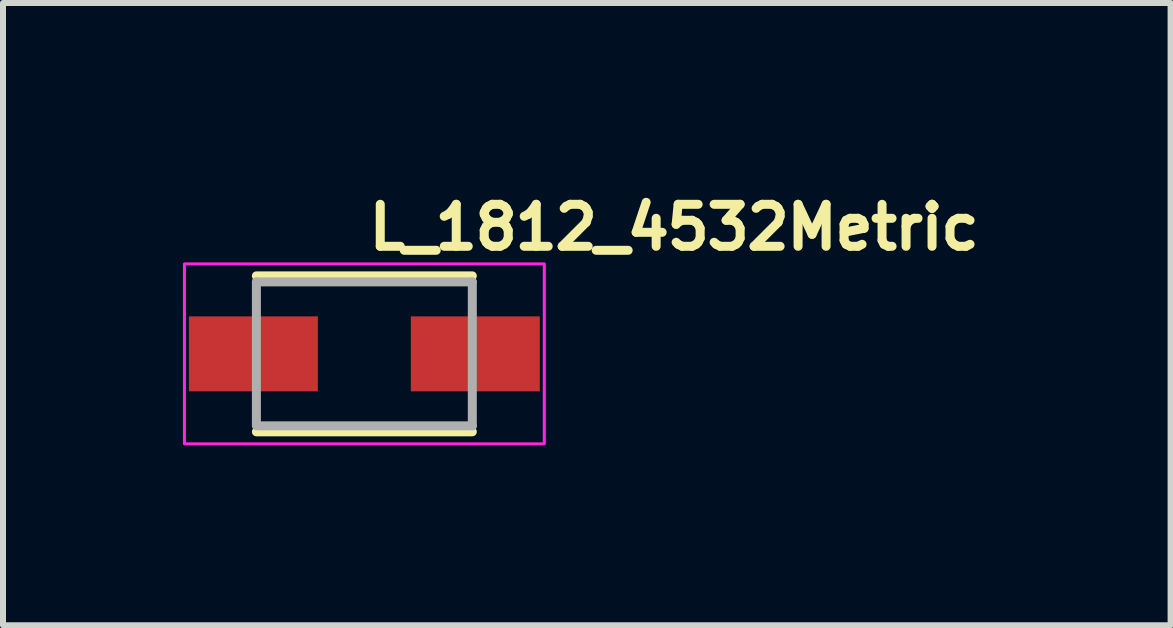
<source format=kicad_pcb>
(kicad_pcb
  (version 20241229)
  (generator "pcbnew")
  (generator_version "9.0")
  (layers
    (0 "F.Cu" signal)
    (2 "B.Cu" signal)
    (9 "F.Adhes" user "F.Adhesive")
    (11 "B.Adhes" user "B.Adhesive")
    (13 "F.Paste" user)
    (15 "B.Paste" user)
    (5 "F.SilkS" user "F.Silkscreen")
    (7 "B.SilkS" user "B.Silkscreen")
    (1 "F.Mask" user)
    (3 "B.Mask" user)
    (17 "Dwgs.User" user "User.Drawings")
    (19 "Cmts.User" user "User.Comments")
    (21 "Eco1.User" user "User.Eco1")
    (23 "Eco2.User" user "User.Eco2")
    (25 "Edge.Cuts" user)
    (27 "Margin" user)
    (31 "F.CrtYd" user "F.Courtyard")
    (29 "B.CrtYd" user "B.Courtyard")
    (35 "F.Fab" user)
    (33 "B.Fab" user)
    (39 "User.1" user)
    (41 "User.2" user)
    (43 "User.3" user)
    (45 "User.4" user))
  (footprint "L_1812_4532Metric"
    (layer "F.Cu")
    (at 3.025 2.85)
    (property "Reference" "L_1812_4532Metric" (at 0 -1.7 0) (layer "F.SilkS") (effects (font (size 0.7 0.7) (thickness 0.15)) (justify left bottom)))
    (attr smd)
    (fp_line (start -1.8 1.3) (end 1.8 1.3) (stroke (width 0.15) (type solid)) (layer "F.SilkS"))
    (fp_line (start 1.8 -1.3) (end -1.8 -1.3) (stroke (width 0.15) (type solid)) (layer "F.SilkS"))
    (fp_rect (start -3 -1.5) (end 3 1.5) (stroke (width 0.05) (type solid)) (fill no) (layer "F.CrtYd"))
    (fp_line (start -1.8 -1.2) (end 1.8 -1.2) (stroke (width 0.15) (type solid)) (layer "F.Fab"))
    (fp_line (start -1.8 1.2) (end -1.8 -1.2) (stroke (width 0.15) (type solid)) (layer "F.Fab"))
    (fp_line (start 1.8 -1.2) (end 1.8 1.2) (stroke (width 0.15) (type solid)) (layer "F.Fab"))
    (fp_line (start 1.8 1.2) (end -1.75 1.2) (stroke (width 0.15) (type solid)) (layer "F.Fab"))
    (fp_rect (start -1.796 -1.25) (end 1.796 1.25) (stroke (width 0.1) (type solid)) (fill no) (layer "User.5"))
    (fp_line (start -1.796 -0.402) (end -1.796 -0.401) (stroke (width 0.02) (type solid)) (layer "User.9"))
    (fp_line (start -1.796 -0.402) (end -1.757 -0.6) (stroke (width 0.02) (type solid)) (layer "User.9"))
    (fp_line (start -1.796 -0.401) (end -1.796 -0.4) (stroke (width 0.02) (type solid)) (layer "User.9"))
    (fp_line (start -1.796 -0.401) (end -1.796 0.401) (stroke (width 0.02) (type solid)) (layer "User.9"))
    (fp_line (start -1.796 -0.4) (end -1.796 -0.399) (stroke (width 0.02) (type solid)) (layer "User.9"))
    (fp_line (start -1.796 -0.399) (end -1.795 -0.399) (stroke (width 0.02) (type solid)) (layer "User.9"))
    (fp_line (start -1.796 0.399) (end -1.795 0.399) (stroke (width 0.02) (type solid)) (layer "User.9"))
    (fp_line (start -1.796 0.4) (end -1.796 0.399) (stroke (width 0.02) (type solid)) (layer "User.9"))
    (fp_line (start -1.796 0.401) (end -1.796 0.4) (stroke (width 0.02) (type solid)) (layer "User.9"))
    (fp_line (start -1.796 0.402) (end -1.796 0.401) (stroke (width 0.02) (type solid)) (layer "User.9"))
    (fp_line (start -1.795 -0.399) (end -1.794 -0.398) (stroke (width 0.02) (type solid)) (layer "User.9"))
    (fp_line (start -1.795 0.399) (end -1.794 0.398) (stroke (width 0.02) (type solid)) (layer "User.9"))
    (fp_line (start -1.794 -0.398) (end -1.793 -0.397) (stroke (width 0.02) (type solid)) (layer "User.9"))
    (fp_line (start -1.794 0.398) (end -1.793 0.397) (stroke (width 0.02) (type solid)) (layer "User.9"))
    (fp_line (start -1.793 -0.397) (end -1.792 -0.396) (stroke (width 0.02) (type solid)) (layer "User.9"))
    (fp_line (start -1.793 0.397) (end -1.792 0.396) (stroke (width 0.02) (type solid)) (layer "User.9"))
    (fp_line (start -1.792 -0.396) (end -1.791 -0.395) (stroke (width 0.02) (type solid)) (layer "User.9"))
    (fp_line (start -1.792 0.396) (end -1.791 0.395) (stroke (width 0.02) (type solid)) (layer "User.9"))
    (fp_line (start -1.791 -0.395) (end -1.789 -0.394) (stroke (width 0.02) (type solid)) (layer "User.9"))
    (fp_line (start -1.791 0.395) (end -1.789 0.394) (stroke (width 0.02) (type solid)) (layer "User.9"))
    (fp_line (start -1.789 -0.394) (end -1.787 -0.393) (stroke (width 0.02) (type solid)) (layer "User.9"))
    (fp_line (start -1.789 0.394) (end -1.787 0.393) (stroke (width 0.02) (type solid)) (layer "User.9"))
    (fp_line (start -1.787 -0.393) (end -1.785 -0.392) (stroke (width 0.02) (type solid)) (layer "User.9"))
    (fp_line (start -1.787 0.393) (end -1.785 0.392) (stroke (width 0.02) (type solid)) (layer "User.9"))
    (fp_line (start -1.785 -0.392) (end -1.78 -0.391) (stroke (width 0.02) (type solid)) (layer "User.9"))
    (fp_line (start -1.785 0.392) (end -1.78 0.391) (stroke (width 0.02) (type solid)) (layer "User.9"))
    (fp_line (start -1.78 -0.391) (end -1.775 -0.389) (stroke (width 0.02) (type solid)) (layer "User.9"))
    (fp_line (start -1.78 0.391) (end -1.775 0.389) (stroke (width 0.02) (type solid)) (layer "User.9"))
    (fp_line (start -1.775 -0.389) (end -1.769 -0.388) (stroke (width 0.02) (type solid)) (layer "User.9"))
    (fp_line (start -1.775 0.389) (end -1.769 0.388) (stroke (width 0.02) (type solid)) (layer "User.9"))
    (fp_line (start -1.769 -0.388) (end -1.762 -0.387) (stroke (width 0.02) (type solid)) (layer "User.9"))
    (fp_line (start -1.769 0.388) (end -1.762 0.387) (stroke (width 0.02) (type solid)) (layer "User.9"))
    (fp_line (start -1.762 -0.387) (end -1.755 -0.386) (stroke (width 0.02) (type solid)) (layer "User.9"))
    (fp_line (start -1.762 0.387) (end -1.755 0.386) (stroke (width 0.02) (type solid)) (layer "User.9"))
    (fp_line (start -1.757 -0.6) (end -1.6 -0.6) (stroke (width 0.02) (type solid)) (layer "User.9"))
    (fp_line (start -1.757 -0.598) (end -1.757 -0.6) (stroke (width 0.02) (type solid)) (layer "User.9"))
    (fp_line (start -1.757 -0.598) (end -1.6 -0.6) (stroke (width 0.02) (type solid)) (layer "User.9"))
    (fp_line (start -1.757 0.6) (end -1.796 0.402) (stroke (width 0.02) (type solid)) (layer "User.9"))
    (fp_line (start -1.757 0.6) (end -1.757 0.598) (stroke (width 0.02) (type solid)) (layer "User.9"))
    (fp_line (start -1.755 -0.386) (end -1.747 -0.385) (stroke (width 0.02) (type solid)) (layer "User.9"))
    (fp_line (start -1.755 0.386) (end -1.747 0.385) (stroke (width 0.02) (type solid)) (layer "User.9"))
    (fp_line (start -1.747 -0.385) (end -1.738 -0.384) (stroke (width 0.02) (type solid)) (layer "User.9"))
    (fp_line (start -1.747 0.385) (end -1.738 0.384) (stroke (width 0.02) (type solid)) (layer "User.9"))
    (fp_line (start -1.738 -0.384) (end -1.729 -0.383) (stroke (width 0.02) (type solid)) (layer "User.9"))
    (fp_line (start -1.738 0.384) (end -1.729 0.383) (stroke (width 0.02) (type solid)) (layer "User.9"))
    (fp_line (start -1.729 -0.383) (end -1.72 -0.383) (stroke (width 0.02) (type solid)) (layer "User.9"))
    (fp_line (start -1.729 0.383) (end -1.72 0.383) (stroke (width 0.02) (type solid)) (layer "User.9"))
    (fp_line (start -1.72 -0.383) (end -1.71 -0.382) (stroke (width 0.02) (type solid)) (layer "User.9"))
    (fp_line (start -1.72 0.383) (end -1.71 0.382) (stroke (width 0.02) (type solid)) (layer "User.9"))
    (fp_line (start -1.71 -0.382) (end -1.7 -0.382) (stroke (width 0.02) (type solid)) (layer "User.9"))
    (fp_line (start -1.71 0.382) (end -1.7 0.382) (stroke (width 0.02) (type solid)) (layer "User.9"))
    (fp_line (start -1.6 -0.382) (end -1.7 -0.382) (stroke (width 0.02) (type solid)) (layer "User.9"))
    (fp_line (start -1.6 0.382) (end -1.7 0.382) (stroke (width 0.02) (type solid)) (layer "User.9"))
    (fp_line (start -1.6 0.382) (end -1.6 -0.382) (stroke (width 0.02) (type solid)) (layer "User.9"))
    (fp_line (start -1.6 0.6) (end -1.757 0.598) (stroke (width 0.02) (type solid)) (layer "User.9"))
    (fp_line (start -1.6 0.6) (end -1.757 0.6) (stroke (width 0.02) (type solid)) (layer "User.9"))
    (fp_line (start -1.6 1.25) (end -1.6 -1.25) (stroke (width 0.02) (type solid)) (layer "User.9"))
    (fp_line (start -1.566 -1.25) (end -1.6 -1.25) (stroke (width 0.02) (type solid)) (layer "User.9"))
    (fp_line (start -1.566 1.25) (end -1.6 1.25) (stroke (width 0.02) (type solid)) (layer "User.9"))
    (fp_line (start -1.566 1.25) (end -1.558 1.05) (stroke (width 0.02) (type solid)) (layer "User.9"))
    (fp_line (start -1.558 -1.05) (end -1.566 -1.25) (stroke (width 0.02) (type solid)) (layer "User.9"))
    (fp_line (start -1.558 1.05) (end -1.558 -1.05) (stroke (width 0.02) (type solid)) (layer "User.9"))
    (fp_line (start 1.558 -1.05) (end -1.558 -1.05) (stroke (width 0.02) (type solid)) (layer "User.9"))
    (fp_line (start 1.558 -1.05) (end 1.558 1.05) (stroke (width 0.02) (type solid)) (layer "User.9"))
    (fp_line (start 1.558 1.05) (end -1.558 1.05) (stroke (width 0.02) (type solid)) (layer "User.9"))
    (fp_line (start 1.558 1.05) (end 1.566 1.25) (stroke (width 0.02) (type solid)) (layer "User.9"))
    (fp_line (start 1.566 -1.25) (end -1.566 -1.25) (stroke (width 0.02) (type solid)) (layer "User.9"))
    (fp_line (start 1.566 -1.25) (end 1.558 -1.05) (stroke (width 0.02) (type solid)) (layer "User.9"))
    (fp_line (start 1.566 1.25) (end -1.566 1.25) (stroke (width 0.02) (type solid)) (layer "User.9"))
    (fp_line (start 1.6 -1.25) (end 1.566 -1.25) (stroke (width 0.02) (type solid)) (layer "User.9"))
    (fp_line (start 1.6 -0.382) (end 1.7 -0.382) (stroke (width 0.02) (type solid)) (layer "User.9"))
    (fp_line (start 1.6 0.382) (end 1.6 -0.382) (stroke (width 0.02) (type solid)) (layer "User.9"))
    (fp_line (start 1.6 0.382) (end 1.7 0.382) (stroke (width 0.02) (type solid)) (layer "User.9"))
    (fp_line (start 1.6 0.6) (end 1.757 0.598) (stroke (width 0.02) (type solid)) (layer "User.9"))
    (fp_line (start 1.6 0.6) (end 1.757 0.6) (stroke (width 0.02) (type solid)) (layer "User.9"))
    (fp_line (start 1.6 1.25) (end 1.566 1.25) (stroke (width 0.02) (type solid)) (layer "User.9"))
    (fp_line (start 1.6 1.25) (end 1.6 -1.25) (stroke (width 0.02) (type solid)) (layer "User.9"))
    (fp_line (start 1.71 -0.382) (end 1.7 -0.382) (stroke (width 0.02) (type solid)) (layer "User.9"))
    (fp_line (start 1.71 0.382) (end 1.7 0.382) (stroke (width 0.02) (type solid)) (layer "User.9"))
    (fp_line (start 1.72 -0.383) (end 1.71 -0.382) (stroke (width 0.02) (type solid)) (layer "User.9"))
    (fp_line (start 1.72 0.383) (end 1.71 0.382) (stroke (width 0.02) (type solid)) (layer "User.9"))
    (fp_line (start 1.729 -0.383) (end 1.72 -0.383) (stroke (width 0.02) (type solid)) (layer "User.9"))
    (fp_line (start 1.729 0.383) (end 1.72 0.383) (stroke (width 0.02) (type solid)) (layer "User.9"))
    (fp_line (start 1.738 -0.384) (end 1.729 -0.383) (stroke (width 0.02) (type solid)) (layer "User.9"))
    (fp_line (start 1.738 0.384) (end 1.729 0.383) (stroke (width 0.02) (type solid)) (layer "User.9"))
    (fp_line (start 1.747 -0.385) (end 1.738 -0.384) (stroke (width 0.02) (type solid)) (layer "User.9"))
    (fp_line (start 1.747 0.385) (end 1.738 0.384) (stroke (width 0.02) (type solid)) (layer "User.9"))
    (fp_line (start 1.755 -0.386) (end 1.747 -0.385) (stroke (width 0.02) (type solid)) (layer "User.9"))
    (fp_line (start 1.755 0.386) (end 1.747 0.385) (stroke (width 0.02) (type solid)) (layer "User.9"))
    (fp_line (start 1.757 -0.6) (end 1.6 -0.6) (stroke (width 0.02) (type solid)) (layer "User.9"))
    (fp_line (start 1.757 -0.598) (end 1.6 -0.6) (stroke (width 0.02) (type solid)) (layer "User.9"))
    (fp_line (start 1.757 -0.598) (end 1.757 -0.6) (stroke (width 0.02) (type solid)) (layer "User.9"))
    (fp_line (start 1.757 0.6) (end 1.757 0.598) (stroke (width 0.02) (type solid)) (layer "User.9"))
    (fp_line (start 1.757 0.6) (end 1.796 0.402) (stroke (width 0.02) (type solid)) (layer "User.9"))
    (fp_line (start 1.762 -0.387) (end 1.755 -0.386) (stroke (width 0.02) (type solid)) (layer "User.9"))
    (fp_line (start 1.762 0.387) (end 1.755 0.386) (stroke (width 0.02) (type solid)) (layer "User.9"))
    (fp_line (start 1.769 -0.388) (end 1.762 -0.387) (stroke (width 0.02) (type solid)) (layer "User.9"))
    (fp_line (start 1.769 0.388) (end 1.762 0.387) (stroke (width 0.02) (type solid)) (layer "User.9"))
    (fp_line (start 1.775 -0.389) (end 1.769 -0.388) (stroke (width 0.02) (type solid)) (layer "User.9"))
    (fp_line (start 1.775 0.389) (end 1.769 0.388) (stroke (width 0.02) (type solid)) (layer "User.9"))
    (fp_line (start 1.78 -0.391) (end 1.775 -0.389) (stroke (width 0.02) (type solid)) (layer "User.9"))
    (fp_line (start 1.78 0.391) (end 1.775 0.389) (stroke (width 0.02) (type solid)) (layer "User.9"))
    (fp_line (start 1.785 -0.392) (end 1.78 -0.391) (stroke (width 0.02) (type solid)) (layer "User.9"))
    (fp_line (start 1.785 0.392) (end 1.78 0.391) (stroke (width 0.02) (type solid)) (layer "User.9"))
    (fp_line (start 1.787 -0.393) (end 1.785 -0.392) (stroke (width 0.02) (type solid)) (layer "User.9"))
    (fp_line (start 1.787 0.393) (end 1.785 0.392) (stroke (width 0.02) (type solid)) (layer "User.9"))
    (fp_line (start 1.789 -0.394) (end 1.787 -0.393) (stroke (width 0.02) (type solid)) (layer "User.9"))
    (fp_line (start 1.789 0.394) (end 1.787 0.393) (stroke (width 0.02) (type solid)) (layer "User.9"))
    (fp_line (start 1.791 -0.395) (end 1.789 -0.394) (stroke (width 0.02) (type solid)) (layer "User.9"))
    (fp_line (start 1.791 0.395) (end 1.789 0.394) (stroke (width 0.02) (type solid)) (layer "User.9"))
    (fp_line (start 1.792 -0.396) (end 1.791 -0.395) (stroke (width 0.02) (type solid)) (layer "User.9"))
    (fp_line (start 1.792 0.396) (end 1.791 0.395) (stroke (width 0.02) (type solid)) (layer "User.9"))
    (fp_line (start 1.793 -0.397) (end 1.792 -0.396) (stroke (width 0.02) (type solid)) (layer "User.9"))
    (fp_line (start 1.793 0.397) (end 1.792 0.396) (stroke (width 0.02) (type solid)) (layer "User.9"))
    (fp_line (start 1.794 -0.398) (end 1.793 -0.397) (stroke (width 0.02) (type solid)) (layer "User.9"))
    (fp_line (start 1.794 0.398) (end 1.793 0.397) (stroke (width 0.02) (type solid)) (layer "User.9"))
    (fp_line (start 1.795 -0.399) (end 1.794 -0.398) (stroke (width 0.02) (type solid)) (layer "User.9"))
    (fp_line (start 1.795 0.399) (end 1.794 0.398) (stroke (width 0.02) (type solid)) (layer "User.9"))
    (fp_line (start 1.796 -0.402) (end 1.757 -0.6) (stroke (width 0.02) (type solid)) (layer "User.9"))
    (fp_line (start 1.796 -0.402) (end 1.796 -0.401) (stroke (width 0.02) (type solid)) (layer "User.9"))
    (fp_line (start 1.796 -0.401) (end 1.796 -0.4) (stroke (width 0.02) (type solid)) (layer "User.9"))
    (fp_line (start 1.796 -0.401) (end 1.796 0.401) (stroke (width 0.02) (type solid)) (layer "User.9"))
    (fp_line (start 1.796 -0.4) (end 1.796 -0.399) (stroke (width 0.02) (type solid)) (layer "User.9"))
    (fp_line (start 1.796 -0.399) (end 1.795 -0.399) (stroke (width 0.02) (type solid)) (layer "User.9"))
    (fp_line (start 1.796 0.399) (end 1.795 0.399) (stroke (width 0.02) (type solid)) (layer "User.9"))
    (fp_line (start 1.796 0.4) (end 1.796 0.399) (stroke (width 0.02) (type solid)) (layer "User.9"))
    (fp_line (start 1.796 0.401) (end 1.796 0.4) (stroke (width 0.02) (type solid)) (layer "User.9"))
    (fp_line (start 1.796 0.402) (end 1.796 0.401) (stroke (width 0.02) (type solid)) (layer "User.9"))
    (pad "1" smd rect (at -1.85 0 90) (size 1.25 2.15) (layers "F.Cu" "F.Mask" "F.Paste"))
    (pad "2" smd rect (at 1.85 0 90) (size 1.25 2.15) (layers "F.Cu" "F.Mask" "F.Paste")))
  (gr_rect
    (start -3 -3)
    (end 16.468 7.375)
    (stroke (width 0.1) (type default))
    (fill no)
    (layer "Edge.Cuts")))
</source>
